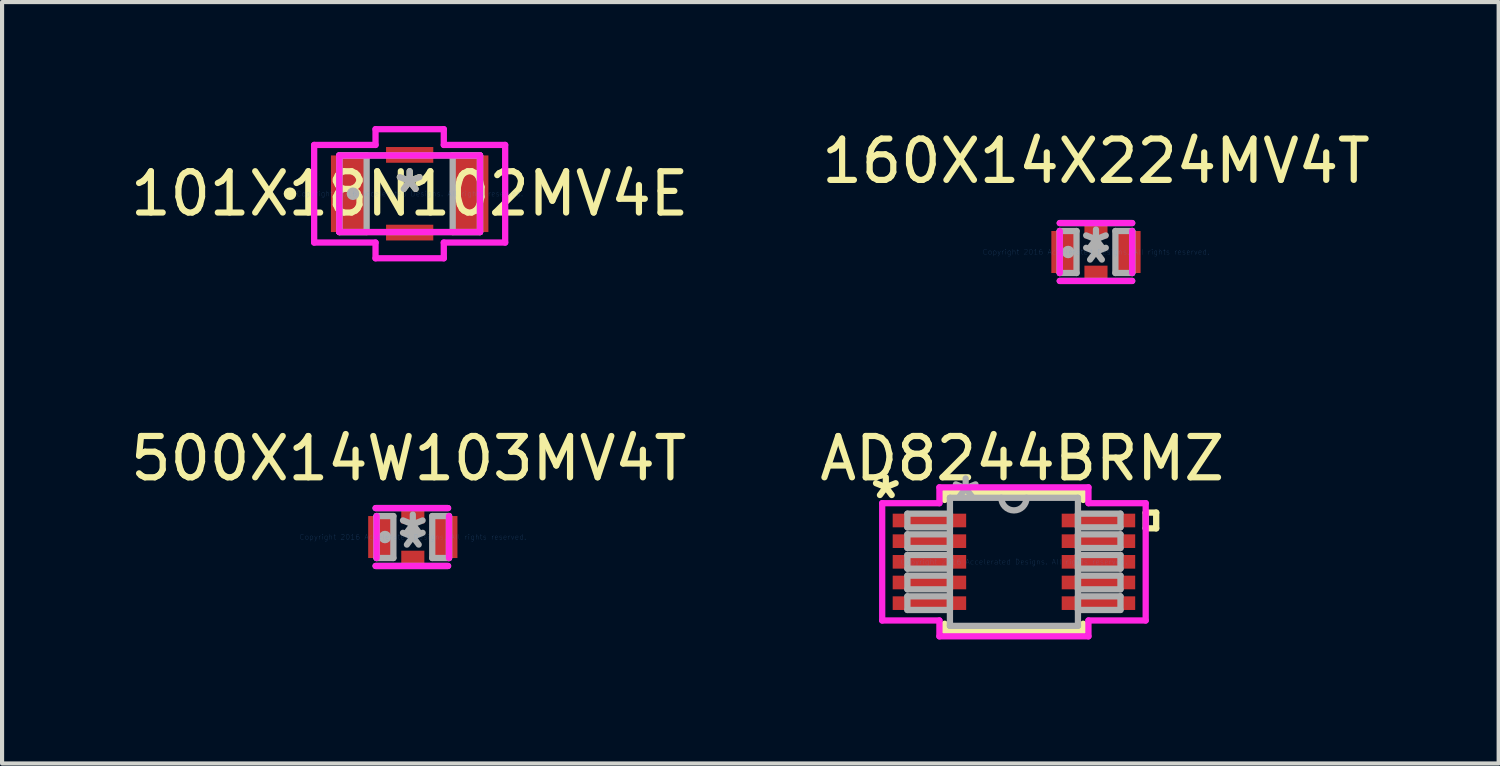
<source format=kicad_pcb>
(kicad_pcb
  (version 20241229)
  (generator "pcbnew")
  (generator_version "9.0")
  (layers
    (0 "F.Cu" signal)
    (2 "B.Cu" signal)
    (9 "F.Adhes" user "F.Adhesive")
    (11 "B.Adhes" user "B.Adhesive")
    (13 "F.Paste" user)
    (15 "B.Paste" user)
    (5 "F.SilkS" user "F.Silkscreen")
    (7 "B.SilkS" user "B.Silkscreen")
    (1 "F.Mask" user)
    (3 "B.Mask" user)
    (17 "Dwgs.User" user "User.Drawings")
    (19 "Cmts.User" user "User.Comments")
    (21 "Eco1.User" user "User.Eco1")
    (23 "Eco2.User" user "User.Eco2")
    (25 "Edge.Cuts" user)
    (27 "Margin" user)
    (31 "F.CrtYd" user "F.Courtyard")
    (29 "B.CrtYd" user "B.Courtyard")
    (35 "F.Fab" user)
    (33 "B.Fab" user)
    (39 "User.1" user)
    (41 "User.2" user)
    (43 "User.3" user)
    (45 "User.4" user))
  (footprint "160X14X224MV4T"
    (layer "F.Cu")
    (at 23.47 3.048)
    (property "Reference" "160X14X224MV4T" (at 0 -2.2 0) (layer "F.SilkS") (effects (font (size 1 1) (thickness 0.15))))
    (attr through_hole)
    (fp_line (start -0.876 -0.7) (end 0.876 -0.7) (stroke (width 0.152) (type solid)) (layer "F.CrtYd"))
    (fp_line (start -0.876 0.508) (end -0.876 -0.508) (stroke (width 0.152) (type solid)) (layer "F.CrtYd"))
    (fp_line (start 0.876 -0.508) (end 0.876 0.508) (stroke (width 0.152) (type solid)) (layer "F.CrtYd"))
    (fp_line (start 0.876 0.7) (end -0.876 0.7) (stroke (width 0.152) (type solid)) (layer "F.CrtYd"))
    (fp_line (start -0.876 -0.508) (end -0.876 0.508) (stroke (width 0.152) (type solid)) (layer "F.Fab"))
    (fp_line (start -0.876 -0.508) (end -0.876 0.508) (stroke (width 0.152) (type solid)) (layer "F.Fab"))
    (fp_line (start -0.876 0.508) (end -0.47 0.508) (stroke (width 0.152) (type solid)) (layer "F.Fab"))
    (fp_line (start -0.876 0.7) (end 0.876 0.7) (stroke (width 0.152) (type solid)) (layer "F.Fab"))
    (fp_line (start -0.47 -0.508) (end -0.876 -0.508) (stroke (width 0.152) (type solid)) (layer "F.Fab"))
    (fp_line (start -0.47 0.508) (end -0.47 -0.508) (stroke (width 0.152) (type solid)) (layer "F.Fab"))
    (fp_line (start 0.47 -0.508) (end 0.47 0.508) (stroke (width 0.152) (type solid)) (layer "F.Fab"))
    (fp_line (start 0.47 0.508) (end 0.876 0.508) (stroke (width 0.152) (type solid)) (layer "F.Fab"))
    (fp_line (start 0.876 -0.7) (end -0.876 -0.7) (stroke (width 0.152) (type solid)) (layer "F.Fab"))
    (fp_line (start 0.876 -0.508) (end 0.47 -0.508) (stroke (width 0.152) (type solid)) (layer "F.Fab"))
    (fp_line (start 0.876 0.508) (end 0.876 -0.508) (stroke (width 0.152) (type solid)) (layer "F.Fab"))
    (fp_line (start 0.876 0.508) (end 0.876 -0.508) (stroke (width 0.152) (type solid)) (layer "F.Fab"))
    (fp_circle (center -0.673 0) (end -0.597 0) (stroke (width 0.152) (type solid)) (fill no) (layer "F.Fab"))
    (fp_text user "Copyright 2016 Accelerated Designs. All rights reserved." (at 0 0 0) (layer "Cmts.User") (effects (font (size 0.127 0.127) (thickness 0.002))))
    (fp_text user "*" (at 0 0 0) (layer "F.Fab") (effects (font (size 1 1) (thickness 0.15))))
    (fp_text user "*" (at 0 0.3 0) (layer "F.Fab") (effects (font (size 1 1) (thickness 0.15))))
    (pad "1" smd rect (at -0.775 0) (size 0.61 1.016) (layers "F.Cu" "F.Mask" "F.Paste"))
    (pad "2" smd rect (at 0.775 0) (size 0.61 1.016) (layers "F.Cu" "F.Mask" "F.Paste"))
    (pad "3" smd rect (at 0 -0.521) (size 0.559 0.381) (layers "F.Cu" "F.Mask" "F.Paste"))
    (pad "4" smd rect (at 0 0.521) (size 0.559 0.381) (layers "F.Cu" "F.Mask" "F.Paste")))
  (footprint "AD8244BRMZ"
    (layer "F.Cu")
    (at 21.485 10.545)
    (property "Reference" "AD8244BRMZ" (at 0.2 -2.5 0) (layer "F.SilkS") (effects (font (size 1 1) (thickness 0.15))))
    (attr through_hole)
    (fp_line (start -1.676 -1.676) (end -1.676 -1.498) (stroke (width 0.152) (type solid)) (layer "F.SilkS"))
    (fp_line (start -1.676 1.498) (end -1.676 1.676) (stroke (width 0.152) (type solid)) (layer "F.SilkS"))
    (fp_line (start -1.676 1.676) (end 1.676 1.676) (stroke (width 0.152) (type solid)) (layer "F.SilkS"))
    (fp_line (start 1.676 -1.676) (end -1.676 -1.676) (stroke (width 0.152) (type solid)) (layer "F.SilkS"))
    (fp_line (start 1.676 -1.498) (end 1.676 -1.676) (stroke (width 0.152) (type solid)) (layer "F.SilkS"))
    (fp_line (start 1.676 1.676) (end 1.676 1.498) (stroke (width 0.152) (type solid)) (layer "F.SilkS"))
    (fp_line (start 3.188 -1.191) (end 3.442 -1.191) (stroke (width 0.152) (type solid)) (layer "F.SilkS"))
    (fp_line (start 3.188 -0.81) (end 3.188 -1.191) (stroke (width 0.152) (type solid)) (layer "F.SilkS"))
    (fp_line (start 3.442 -1.191) (end 3.442 -0.81) (stroke (width 0.152) (type solid)) (layer "F.SilkS"))
    (fp_line (start 3.442 -0.81) (end 3.188 -0.81) (stroke (width 0.152) (type solid)) (layer "F.SilkS"))
    (fp_line (start -3.188 -1.419) (end -1.803 -1.419) (stroke (width 0.152) (type solid)) (layer "F.CrtYd"))
    (fp_line (start -3.188 1.419) (end -3.188 -1.419) (stroke (width 0.152) (type solid)) (layer "F.CrtYd"))
    (fp_line (start -1.803 -1.803) (end 1.803 -1.803) (stroke (width 0.152) (type solid)) (layer "F.CrtYd"))
    (fp_line (start -1.803 -1.419) (end -1.803 -1.803) (stroke (width 0.152) (type solid)) (layer "F.CrtYd"))
    (fp_line (start -1.803 1.419) (end -3.188 1.419) (stroke (width 0.152) (type solid)) (layer "F.CrtYd"))
    (fp_line (start -1.803 1.803) (end -1.803 1.419) (stroke (width 0.152) (type solid)) (layer "F.CrtYd"))
    (fp_line (start 1.803 -1.803) (end 1.803 -1.419) (stroke (width 0.152) (type solid)) (layer "F.CrtYd"))
    (fp_line (start 1.803 -1.419) (end 3.188 -1.419) (stroke (width 0.152) (type solid)) (layer "F.CrtYd"))
    (fp_line (start 1.803 1.419) (end 1.803 1.803) (stroke (width 0.152) (type solid)) (layer "F.CrtYd"))
    (fp_line (start 1.803 1.803) (end -1.803 1.803) (stroke (width 0.152) (type solid)) (layer "F.CrtYd"))
    (fp_line (start 3.188 -1.419) (end 3.188 1.419) (stroke (width 0.152) (type solid)) (layer "F.CrtYd"))
    (fp_line (start 3.188 1.419) (end 1.803 1.419) (stroke (width 0.152) (type solid)) (layer "F.CrtYd"))
    (fp_line (start -2.578 -1.165) (end -2.578 -0.835) (stroke (width 0.152) (type solid)) (layer "F.Fab"))
    (fp_line (start -2.578 -0.835) (end -1.549 -0.835) (stroke (width 0.152) (type solid)) (layer "F.Fab"))
    (fp_line (start -2.578 -0.665) (end -2.578 -0.335) (stroke (width 0.152) (type solid)) (layer "F.Fab"))
    (fp_line (start -2.578 -0.335) (end -1.549 -0.335) (stroke (width 0.152) (type solid)) (layer "F.Fab"))
    (fp_line (start -2.578 -0.165) (end -2.578 0.165) (stroke (width 0.152) (type solid)) (layer "F.Fab"))
    (fp_line (start -2.578 0.165) (end -1.549 0.165) (stroke (width 0.152) (type solid)) (layer "F.Fab"))
    (fp_line (start -2.578 0.335) (end -2.578 0.665) (stroke (width 0.152) (type solid)) (layer "F.Fab"))
    (fp_line (start -2.578 0.665) (end -1.549 0.665) (stroke (width 0.152) (type solid)) (layer "F.Fab"))
    (fp_line (start -2.578 0.835) (end -2.578 1.165) (stroke (width 0.152) (type solid)) (layer "F.Fab"))
    (fp_line (start -2.578 1.165) (end -1.549 1.165) (stroke (width 0.152) (type solid)) (layer "F.Fab"))
    (fp_line (start -1.549 -1.549) (end -1.549 1.549) (stroke (width 0.152) (type solid)) (layer "F.Fab"))
    (fp_line (start -1.549 -1.165) (end -2.578 -1.165) (stroke (width 0.152) (type solid)) (layer "F.Fab"))
    (fp_line (start -1.549 -0.835) (end -1.549 -1.165) (stroke (width 0.152) (type solid)) (layer "F.Fab"))
    (fp_line (start -1.549 -0.665) (end -2.578 -0.665) (stroke (width 0.152) (type solid)) (layer "F.Fab"))
    (fp_line (start -1.549 -0.335) (end -1.549 -0.665) (stroke (width 0.152) (type solid)) (layer "F.Fab"))
    (fp_line (start -1.549 -0.165) (end -2.578 -0.165) (stroke (width 0.152) (type solid)) (layer "F.Fab"))
    (fp_line (start -1.549 0.165) (end -1.549 -0.165) (stroke (width 0.152) (type solid)) (layer "F.Fab"))
    (fp_line (start -1.549 0.335) (end -2.578 0.335) (stroke (width 0.152) (type solid)) (layer "F.Fab"))
    (fp_line (start -1.549 0.665) (end -1.549 0.335) (stroke (width 0.152) (type solid)) (layer "F.Fab"))
    (fp_line (start -1.549 0.835) (end -2.578 0.835) (stroke (width 0.152) (type solid)) (layer "F.Fab"))
    (fp_line (start -1.549 1.165) (end -1.549 0.835) (stroke (width 0.152) (type solid)) (layer "F.Fab"))
    (fp_line (start -1.549 1.549) (end 1.549 1.549) (stroke (width 0.152) (type solid)) (layer "F.Fab"))
    (fp_line (start 1.549 -1.549) (end -1.549 -1.549) (stroke (width 0.152) (type solid)) (layer "F.Fab"))
    (fp_line (start 1.549 -1.165) (end 1.549 -0.835) (stroke (width 0.152) (type solid)) (layer "F.Fab"))
    (fp_line (start 1.549 -0.835) (end 2.578 -0.835) (stroke (width 0.152) (type solid)) (layer "F.Fab"))
    (fp_line (start 1.549 -0.665) (end 1.549 -0.335) (stroke (width 0.152) (type solid)) (layer "F.Fab"))
    (fp_line (start 1.549 -0.335) (end 2.578 -0.335) (stroke (width 0.152) (type solid)) (layer "F.Fab"))
    (fp_line (start 1.549 -0.165) (end 1.549 0.165) (stroke (width 0.152) (type solid)) (layer "F.Fab"))
    (fp_line (start 1.549 0.165) (end 2.578 0.165) (stroke (width 0.152) (type solid)) (layer "F.Fab"))
    (fp_line (start 1.549 0.335) (end 1.549 0.665) (stroke (width 0.152) (type solid)) (layer "F.Fab"))
    (fp_line (start 1.549 0.665) (end 2.578 0.665) (stroke (width 0.152) (type solid)) (layer "F.Fab"))
    (fp_line (start 1.549 0.835) (end 1.549 1.165) (stroke (width 0.152) (type solid)) (layer "F.Fab"))
    (fp_line (start 1.549 1.165) (end 2.578 1.165) (stroke (width 0.152) (type solid)) (layer "F.Fab"))
    (fp_line (start 1.549 1.549) (end 1.549 -1.549) (stroke (width 0.152) (type solid)) (layer "F.Fab"))
    (fp_line (start 2.578 -1.165) (end 1.549 -1.165) (stroke (width 0.152) (type solid)) (layer "F.Fab"))
    (fp_line (start 2.578 -0.835) (end 2.578 -1.165) (stroke (width 0.152) (type solid)) (layer "F.Fab"))
    (fp_line (start 2.578 -0.665) (end 1.549 -0.665) (stroke (width 0.152) (type solid)) (layer "F.Fab"))
    (fp_line (start 2.578 -0.335) (end 2.578 -0.665) (stroke (width 0.152) (type solid)) (layer "F.Fab"))
    (fp_line (start 2.578 -0.165) (end 1.549 -0.165) (stroke (width 0.152) (type solid)) (layer "F.Fab"))
    (fp_line (start 2.578 0.165) (end 2.578 -0.165) (stroke (width 0.152) (type solid)) (layer "F.Fab"))
    (fp_line (start 2.578 0.335) (end 1.549 0.335) (stroke (width 0.152) (type solid)) (layer "F.Fab"))
    (fp_line (start 2.578 0.665) (end 2.578 0.335) (stroke (width 0.152) (type solid)) (layer "F.Fab"))
    (fp_line (start 2.578 0.835) (end 1.549 0.835) (stroke (width 0.152) (type solid)) (layer "F.Fab"))
    (fp_line (start 2.578 1.165) (end 2.578 0.835) (stroke (width 0.152) (type solid)) (layer "F.Fab"))
    (fp_arc (start 0.3048 -1.5494) (mid 0 -1.2446) (end -0.3048 -1.5494) (stroke (width 0.1524) (type solid)) (layer "F.Fab"))
    (fp_text user "*" (at -3.1 -1.5 0) (layer "F.SilkS") (effects (font (size 1 1) (thickness 0.15))))
    (fp_text user "Copyright 2016 Accelerated Designs. All rights reserved." (at 0 0 0) (layer "Cmts.User") (effects (font (size 0.127 0.127) (thickness 0.002))))
    (fp_text user "*" (at -1.168 -1.473 0) (layer "F.Fab") (effects (font (size 1 1) (thickness 0.15))))
    (pad "1" smd rect (at -2.045 -1) (size 1.778 0.33) (layers "F.Cu" "F.Mask" "F.Paste"))
    (pad "2" smd rect (at -2.045 -0.5) (size 1.778 0.33) (layers "F.Cu" "F.Mask" "F.Paste"))
    (pad "3" smd rect (at -2.045 0) (size 1.778 0.33) (layers "F.Cu" "F.Mask" "F.Paste"))
    (pad "4" smd rect (at -2.045 0.5) (size 1.778 0.33) (layers "F.Cu" "F.Mask" "F.Paste"))
    (pad "5" smd rect (at -2.045 1) (size 1.778 0.33) (layers "F.Cu" "F.Mask" "F.Paste"))
    (pad "6" smd rect (at 2.045 1) (size 1.778 0.33) (layers "F.Cu" "F.Mask" "F.Paste"))
    (pad "7" smd rect (at 2.045 0.5) (size 1.778 0.33) (layers "F.Cu" "F.Mask" "F.Paste"))
    (pad "8" smd rect (at 2.045 0) (size 1.778 0.33) (layers "F.Cu" "F.Mask" "F.Paste"))
    (pad "9" smd rect (at 2.045 -0.5) (size 1.778 0.33) (layers "F.Cu" "F.Mask" "F.Paste"))
    (pad "10" smd rect (at 2.045 -1) (size 1.778 0.33) (layers "F.Cu" "F.Mask" "F.Paste")))
  (footprint "500X14W103MV4T"
    (layer "F.Cu")
    (at 6.939 9.945)
    (property "Reference" "500X14W103MV4T" (at -0.1 -1.9 0) (layer "F.SilkS") (effects (font (size 1 1) (thickness 0.15))))
    (attr through_hole)
    (fp_line (start -0.9 -0.7) (end 0.853 -0.7) (stroke (width 0.152) (type solid)) (layer "F.CrtYd"))
    (fp_line (start -0.876 0.508) (end -0.876 -0.508) (stroke (width 0.152) (type solid)) (layer "F.CrtYd"))
    (fp_line (start 0.853 0.7) (end -0.9 0.7) (stroke (width 0.152) (type solid)) (layer "F.CrtYd"))
    (fp_line (start 0.876 -0.508) (end 0.876 0.508) (stroke (width 0.152) (type solid)) (layer "F.CrtYd"))
    (fp_line (start -0.9 0.7) (end 0.853 0.7) (stroke (width 0.152) (type solid)) (layer "F.Fab"))
    (fp_line (start -0.876 -0.508) (end -0.876 0.508) (stroke (width 0.152) (type solid)) (layer "F.Fab"))
    (fp_line (start -0.876 -0.508) (end -0.876 0.508) (stroke (width 0.152) (type solid)) (layer "F.Fab"))
    (fp_line (start -0.876 0.508) (end -0.47 0.508) (stroke (width 0.152) (type solid)) (layer "F.Fab"))
    (fp_line (start -0.47 -0.508) (end -0.876 -0.508) (stroke (width 0.152) (type solid)) (layer "F.Fab"))
    (fp_line (start -0.47 0.508) (end -0.47 -0.508) (stroke (width 0.152) (type solid)) (layer "F.Fab"))
    (fp_line (start 0.47 -0.508) (end 0.47 0.508) (stroke (width 0.152) (type solid)) (layer "F.Fab"))
    (fp_line (start 0.47 0.508) (end 0.876 0.508) (stroke (width 0.152) (type solid)) (layer "F.Fab"))
    (fp_line (start 0.853 -0.7) (end -0.9 -0.7) (stroke (width 0.152) (type solid)) (layer "F.Fab"))
    (fp_line (start 0.876 -0.508) (end 0.47 -0.508) (stroke (width 0.152) (type solid)) (layer "F.Fab"))
    (fp_line (start 0.876 0.508) (end 0.876 -0.508) (stroke (width 0.152) (type solid)) (layer "F.Fab"))
    (fp_line (start 0.876 0.508) (end 0.876 -0.508) (stroke (width 0.152) (type solid)) (layer "F.Fab"))
    (fp_circle (center -0.673 0) (end -0.597 0) (stroke (width 0.152) (type solid)) (fill no) (layer "F.Fab"))
    (fp_text user "Copyright 2016 Accelerated Designs. All rights reserved." (at 0 0 0) (layer "Cmts.User") (effects (font (size 0.127 0.127) (thickness 0.002))))
    (fp_text user "*" (at 0 0 0) (layer "F.Fab") (effects (font (size 1 1) (thickness 0.15))))
    (fp_text user "*" (at 0 0.3 0) (layer "F.Fab") (effects (font (size 1 1) (thickness 0.15))))
    (pad "1" smd rect (at -0.775 0) (size 0.61 1.016) (layers "F.Cu" "F.Mask" "F.Paste"))
    (pad "2" smd rect (at 0.775 0) (size 0.61 1.016) (layers "F.Cu" "F.Mask" "F.Paste"))
    (pad "3" smd rect (at 0 -0.521) (size 0.559 0.381) (layers "F.Cu" "F.Mask" "F.Paste"))
    (pad "4" smd rect (at 0 0.521) (size 0.559 0.381) (layers "F.Cu" "F.Mask" "F.Paste")))
  (footprint "101X18N102MV4E"
    (layer "F.Cu")
    (at 6.863 1.638)
    (property "Reference" "101X18N102MV4E" (at 0 0 0) (layer "F.SilkS") (effects (font (size 1 1) (thickness 0.15))))
    (attr through_hole)
    (fp_circle (center -2.896 0) (end -2.819 0) (stroke (width 0.152) (type solid)) (fill no) (layer "F.SilkS"))
    (fp_line (start -2.311 -1.181) (end -0.826 -1.181) (stroke (width 0.152) (type solid)) (layer "F.CrtYd"))
    (fp_line (start -2.311 1.181) (end -2.311 -1.181) (stroke (width 0.152) (type solid)) (layer "F.CrtYd"))
    (fp_line (start -1.702 -0.927) (end 1.702 -0.927) (stroke (width 0.152) (type solid)) (layer "F.CrtYd"))
    (fp_line (start -1.702 0.927) (end -1.702 -0.927) (stroke (width 0.152) (type solid)) (layer "F.CrtYd"))
    (fp_line (start -0.826 -1.562) (end 0.826 -1.562) (stroke (width 0.152) (type solid)) (layer "F.CrtYd"))
    (fp_line (start -0.826 -1.181) (end -0.826 -1.562) (stroke (width 0.152) (type solid)) (layer "F.CrtYd"))
    (fp_line (start -0.826 1.181) (end -2.311 1.181) (stroke (width 0.152) (type solid)) (layer "F.CrtYd"))
    (fp_line (start -0.826 1.562) (end -0.826 1.181) (stroke (width 0.152) (type solid)) (layer "F.CrtYd"))
    (fp_line (start 0.826 -1.562) (end 0.826 -1.181) (stroke (width 0.152) (type solid)) (layer "F.CrtYd"))
    (fp_line (start 0.826 -1.181) (end 2.311 -1.181) (stroke (width 0.152) (type solid)) (layer "F.CrtYd"))
    (fp_line (start 0.826 1.181) (end 0.826 1.562) (stroke (width 0.152) (type solid)) (layer "F.CrtYd"))
    (fp_line (start 0.826 1.562) (end -0.826 1.562) (stroke (width 0.152) (type solid)) (layer "F.CrtYd"))
    (fp_line (start 1.702 -0.927) (end 1.702 0.927) (stroke (width 0.152) (type solid)) (layer "F.CrtYd"))
    (fp_line (start 1.702 0.927) (end -1.702 0.927) (stroke (width 0.152) (type solid)) (layer "F.CrtYd"))
    (fp_line (start 2.311 -1.181) (end 2.311 1.181) (stroke (width 0.152) (type solid)) (layer "F.CrtYd"))
    (fp_line (start 2.311 1.181) (end 0.826 1.181) (stroke (width 0.152) (type solid)) (layer "F.CrtYd"))
    (fp_line (start -1.702 -0.927) (end -1.702 0.927) (stroke (width 0.152) (type solid)) (layer "F.Fab"))
    (fp_line (start -1.702 -0.927) (end -1.702 0.927) (stroke (width 0.152) (type solid)) (layer "F.Fab"))
    (fp_line (start -1.702 0.927) (end -1.041 0.927) (stroke (width 0.152) (type solid)) (layer "F.Fab"))
    (fp_line (start -1.702 0.927) (end 1.702 0.927) (stroke (width 0.152) (type solid)) (layer "F.Fab"))
    (fp_line (start -1.041 -0.927) (end -1.702 -0.927) (stroke (width 0.152) (type solid)) (layer "F.Fab"))
    (fp_line (start -1.041 0.927) (end -1.041 -0.927) (stroke (width 0.152) (type solid)) (layer "F.Fab"))
    (fp_line (start 1.041 -0.927) (end 1.041 0.927) (stroke (width 0.152) (type solid)) (layer "F.Fab"))
    (fp_line (start 1.041 0.927) (end 1.702 0.927) (stroke (width 0.152) (type solid)) (layer "F.Fab"))
    (fp_line (start 1.702 -0.927) (end -1.702 -0.927) (stroke (width 0.152) (type solid)) (layer "F.Fab"))
    (fp_line (start 1.702 -0.927) (end 1.041 -0.927) (stroke (width 0.152) (type solid)) (layer "F.Fab"))
    (fp_line (start 1.702 0.927) (end 1.702 -0.927) (stroke (width 0.152) (type solid)) (layer "F.Fab"))
    (fp_line (start 1.702 0.927) (end 1.702 -0.927) (stroke (width 0.152) (type solid)) (layer "F.Fab"))
    (fp_circle (center -1.372 0) (end -1.295 0) (stroke (width 0.152) (type solid)) (fill no) (layer "F.Fab"))
    (fp_text user "*" (at 0 0 0) (layer "F.SilkS") (effects (font (size 1 1) (thickness 0.15))))
    (fp_text user "Copyright 2016 Accelerated Designs. All rights reserved." (at 0 0 0) (layer "Cmts.User") (effects (font (size 0.127 0.127) (thickness 0.002))))
    (fp_text user "*" (at 0 0 0) (layer "F.Fab") (effects (font (size 1 1) (thickness 0.15))))
    (pad "1" smd rect (at -1.473 0) (size 0.864 1.854) (layers "F.Cu" "F.Mask" "F.Paste"))
    (pad "2" smd rect (at 1.473 0) (size 0.864 1.854) (layers "F.Cu" "F.Mask" "F.Paste"))
    (pad "3" smd rect (at 0 -0.94) (size 1.143 0.381) (layers "F.Cu" "F.Mask" "F.Paste"))
    (pad "4" smd rect (at 0 0.94) (size 1.143 0.381) (layers "F.Cu" "F.Mask" "F.Paste")))
  (gr_rect
    (start -3 -3)
    (end 33.214 15.424)
    (stroke (width 0.1) (type default))
    (fill no)
    (layer "Edge.Cuts")))
</source>
